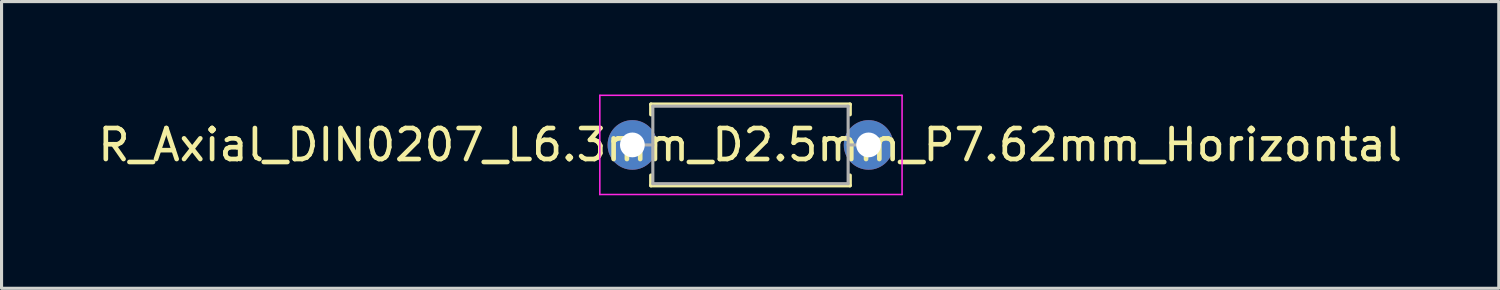
<source format=kicad_pcb>
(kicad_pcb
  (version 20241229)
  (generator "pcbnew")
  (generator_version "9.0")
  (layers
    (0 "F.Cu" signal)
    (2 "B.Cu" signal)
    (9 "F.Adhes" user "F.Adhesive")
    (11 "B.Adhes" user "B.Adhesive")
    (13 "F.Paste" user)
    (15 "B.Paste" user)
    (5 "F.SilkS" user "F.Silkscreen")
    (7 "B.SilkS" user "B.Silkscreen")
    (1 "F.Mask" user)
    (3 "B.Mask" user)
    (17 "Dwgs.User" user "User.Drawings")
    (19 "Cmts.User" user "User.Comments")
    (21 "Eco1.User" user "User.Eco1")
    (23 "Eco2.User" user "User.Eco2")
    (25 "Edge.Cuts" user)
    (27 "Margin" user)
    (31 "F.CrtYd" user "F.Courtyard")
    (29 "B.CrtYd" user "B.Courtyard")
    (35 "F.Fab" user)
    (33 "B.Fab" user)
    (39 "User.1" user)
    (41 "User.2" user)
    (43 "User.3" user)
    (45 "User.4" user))
  (footprint "R_Axial_DIN0207_L6.3mm_D2.5mm_P7.62mm_Horizontal"
    (layer "F.Cu")
    (at 17.349 1.625)
    (property "Reference" "R_Axial_DIN0207_L6.3mm_D2.5mm_P7.62mm_Horizontal" (at 3.8 0 0) (layer "F.SilkS") (effects (font (size 1 1) (thickness 0.15))))
    (attr through_hole)
    (fp_line (start 0.6 -1.31) (end 7.02 -1.31) (stroke (width 0.12) (type solid)) (layer "F.SilkS"))
    (fp_line (start 0.6 -0.98) (end 0.6 -1.31) (stroke (width 0.12) (type solid)) (layer "F.SilkS"))
    (fp_line (start 0.6 0.98) (end 0.6 1.31) (stroke (width 0.12) (type solid)) (layer "F.SilkS"))
    (fp_line (start 0.6 1.31) (end 7.02 1.31) (stroke (width 0.12) (type solid)) (layer "F.SilkS"))
    (fp_line (start 7.02 -1.31) (end 7.02 -0.98) (stroke (width 0.12) (type solid)) (layer "F.SilkS"))
    (fp_line (start 7.02 1.31) (end 7.02 0.98) (stroke (width 0.12) (type solid)) (layer "F.SilkS"))
    (fp_line (start -1.05 -1.6) (end -1.05 1.6) (stroke (width 0.05) (type solid)) (layer "F.CrtYd"))
    (fp_line (start -1.05 1.6) (end 8.7 1.6) (stroke (width 0.05) (type solid)) (layer "F.CrtYd"))
    (fp_line (start 8.7 -1.6) (end -1.05 -1.6) (stroke (width 0.05) (type solid)) (layer "F.CrtYd"))
    (fp_line (start 8.7 1.6) (end 8.7 -1.6) (stroke (width 0.05) (type solid)) (layer "F.CrtYd"))
    (fp_line (start 0 0) (end 0.66 0) (stroke (width 0.1) (type solid)) (layer "F.Fab"))
    (fp_line (start 0.66 -1.25) (end 0.66 1.25) (stroke (width 0.1) (type solid)) (layer "F.Fab"))
    (fp_line (start 0.66 1.25) (end 6.96 1.25) (stroke (width 0.1) (type solid)) (layer "F.Fab"))
    (fp_line (start 6.96 -1.25) (end 0.66 -1.25) (stroke (width 0.1) (type solid)) (layer "F.Fab"))
    (fp_line (start 6.96 1.25) (end 6.96 -1.25) (stroke (width 0.1) (type solid)) (layer "F.Fab"))
    (fp_line (start 7.62 0) (end 6.96 0) (stroke (width 0.1) (type solid)) (layer "F.Fab"))
    (pad "1" thru_hole circle (at 0 0) (size 1.6 1.6) (drill 0.8) (layers "*.Cu" "*.Mask"))
    (pad "2" thru_hole oval (at 7.62 0) (size 1.6 1.6) (drill 0.8) (layers "*.Cu" "*.Mask")))
  (gr_rect
    (start -3 -3)
    (end 45.298 6.25)
    (stroke (width 0.1) (type default))
    (fill no)
    (layer "Edge.Cuts")))
</source>
